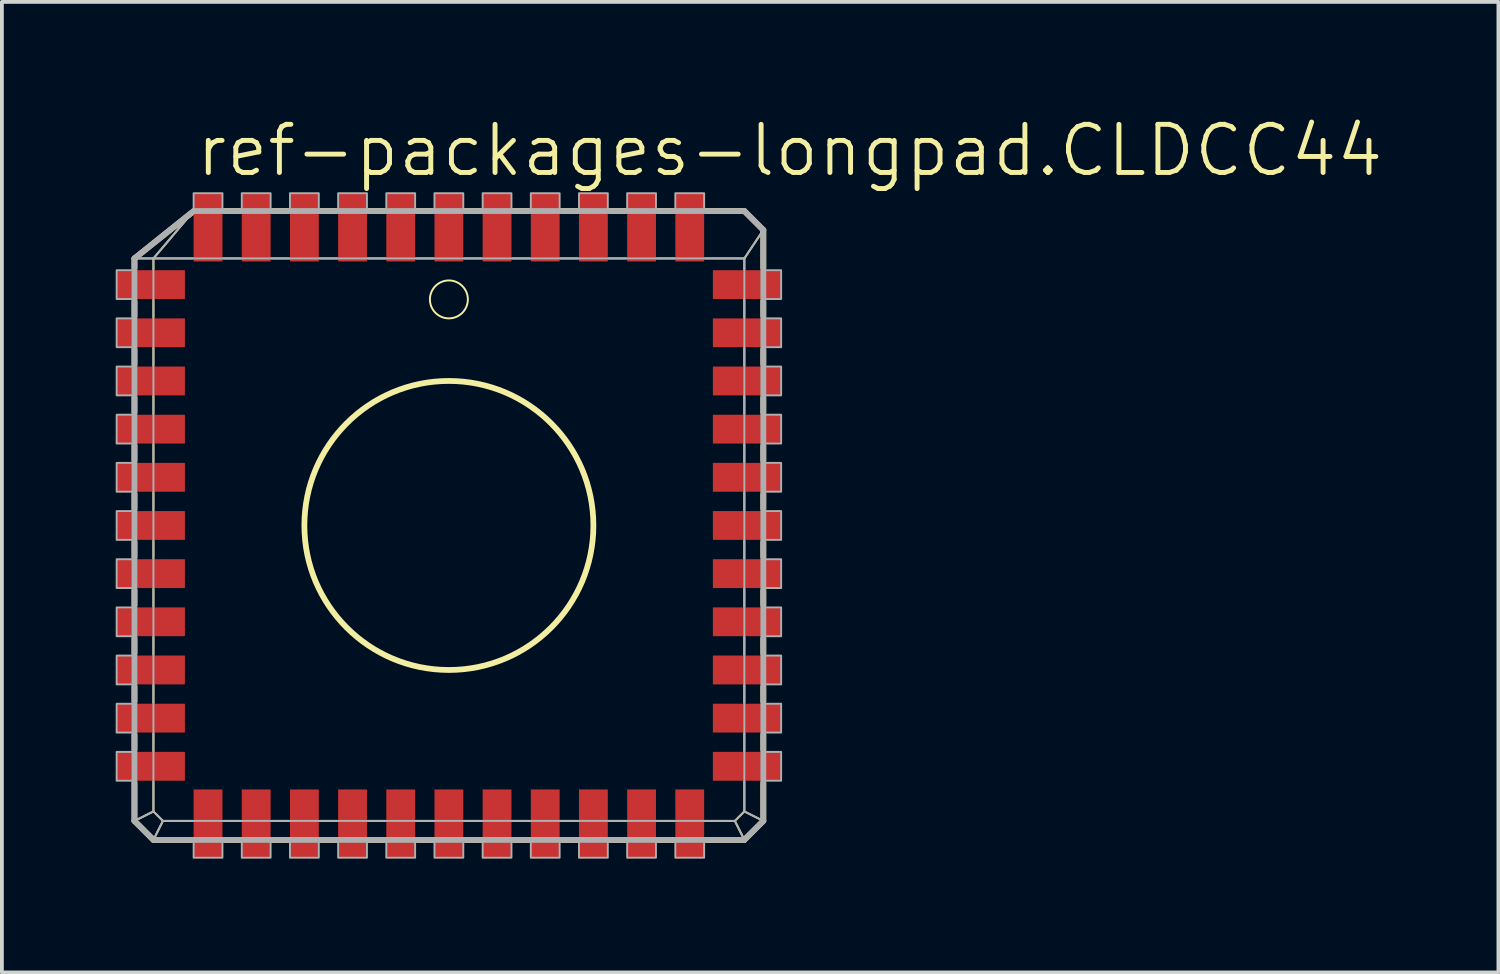
<source format=kicad_pcb>
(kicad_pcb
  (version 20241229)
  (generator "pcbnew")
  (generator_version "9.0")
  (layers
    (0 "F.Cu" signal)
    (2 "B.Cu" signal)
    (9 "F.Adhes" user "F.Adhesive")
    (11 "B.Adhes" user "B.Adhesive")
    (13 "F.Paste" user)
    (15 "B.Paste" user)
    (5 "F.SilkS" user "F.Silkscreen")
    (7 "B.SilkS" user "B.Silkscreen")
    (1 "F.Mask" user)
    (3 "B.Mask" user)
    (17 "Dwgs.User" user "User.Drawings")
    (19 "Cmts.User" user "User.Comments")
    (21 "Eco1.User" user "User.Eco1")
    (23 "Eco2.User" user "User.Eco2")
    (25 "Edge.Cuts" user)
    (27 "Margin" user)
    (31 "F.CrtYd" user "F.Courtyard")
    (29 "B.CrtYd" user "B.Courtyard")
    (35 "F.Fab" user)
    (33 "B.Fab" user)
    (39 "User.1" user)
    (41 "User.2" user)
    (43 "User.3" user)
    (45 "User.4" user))
  (footprint "ref-packages-longpad.CLDCC44"
    (layer "F.Cu")
    (at 8.785 10.804)
    (property "Reference" "ref-packages-longpad.CLDCC44" (at -6.731 -9.144 0) (layer "F.SilkS") (effects (font (size 1.27 1.27) (thickness 0.13)) (justify left bottom)))
    (attr smd)
    (fp_line (start -8.29 -7.04) (end -7.79 -7.04) (stroke (width 0.051) (type default)) (layer "F.SilkS"))
    (fp_line (start -8.29 -7.04) (end -6.79 -8.24) (stroke (width 0.152) (type default)) (layer "F.SilkS"))
    (fp_line (start -8.29 -6.79) (end -8.29 -7.04) (stroke (width 0.152) (type default)) (layer "F.SilkS"))
    (fp_line (start -8.29 -5.52) (end -8.29 -5.91) (stroke (width 0.152) (type default)) (layer "F.SilkS"))
    (fp_line (start -8.29 -4.25) (end -8.29 -4.64) (stroke (width 0.152) (type default)) (layer "F.SilkS"))
    (fp_line (start -8.29 -2.98) (end -8.29 -3.37) (stroke (width 0.152) (type default)) (layer "F.SilkS"))
    (fp_line (start -8.29 -1.71) (end -8.29 -2.1) (stroke (width 0.152) (type default)) (layer "F.SilkS"))
    (fp_line (start -8.29 -0.44) (end -8.29 -0.83) (stroke (width 0.152) (type default)) (layer "F.SilkS"))
    (fp_line (start -8.29 0.83) (end -8.29 0.44) (stroke (width 0.152) (type default)) (layer "F.SilkS"))
    (fp_line (start -8.29 2.1) (end -8.29 1.71) (stroke (width 0.152) (type default)) (layer "F.SilkS"))
    (fp_line (start -8.29 3.37) (end -8.29 2.98) (stroke (width 0.152) (type default)) (layer "F.SilkS"))
    (fp_line (start -8.29 4.64) (end -8.29 4.25) (stroke (width 0.152) (type default)) (layer "F.SilkS"))
    (fp_line (start -8.29 5.91) (end -8.29 5.52) (stroke (width 0.152) (type default)) (layer "F.SilkS"))
    (fp_line (start -8.29 7.79) (end -8.29 6.79) (stroke (width 0.152) (type default)) (layer "F.SilkS"))
    (fp_line (start -8.29 7.79) (end -7.79 7.54) (stroke (width 0.051) (type default)) (layer "F.SilkS"))
    (fp_line (start -7.79 -7.04) (end -6.75 -8.27) (stroke (width 0.051) (type default)) (layer "F.SilkS"))
    (fp_line (start -7.79 -7.04) (end -6.75 -7.04) (stroke (width 0.051) (type default)) (layer "F.SilkS"))
    (fp_line (start -7.79 -6.75) (end -7.79 -7.04) (stroke (width 0.051) (type default)) (layer "F.SilkS"))
    (fp_line (start -7.79 -5.48) (end -7.79 -5.95) (stroke (width 0.051) (type default)) (layer "F.SilkS"))
    (fp_line (start -7.79 -4.21) (end -7.79 -4.68) (stroke (width 0.051) (type default)) (layer "F.SilkS"))
    (fp_line (start -7.79 -2.94) (end -7.79 -3.41) (stroke (width 0.051) (type default)) (layer "F.SilkS"))
    (fp_line (start -7.79 -1.67) (end -7.79 -2.14) (stroke (width 0.051) (type default)) (layer "F.SilkS"))
    (fp_line (start -7.79 -0.4) (end -7.79 -0.87) (stroke (width 0.051) (type default)) (layer "F.SilkS"))
    (fp_line (start -7.79 0.87) (end -7.79 0.4) (stroke (width 0.051) (type default)) (layer "F.SilkS"))
    (fp_line (start -7.79 2.14) (end -7.79 1.67) (stroke (width 0.051) (type default)) (layer "F.SilkS"))
    (fp_line (start -7.79 3.41) (end -7.79 2.94) (stroke (width 0.051) (type default)) (layer "F.SilkS"))
    (fp_line (start -7.79 4.68) (end -7.79 4.21) (stroke (width 0.051) (type default)) (layer "F.SilkS"))
    (fp_line (start -7.79 5.95) (end -7.79 5.48) (stroke (width 0.051) (type default)) (layer "F.SilkS"))
    (fp_line (start -7.79 7.54) (end -7.79 6.75) (stroke (width 0.051) (type default)) (layer "F.SilkS"))
    (fp_line (start -7.79 8.29) (end -8.29 7.79) (stroke (width 0.152) (type default)) (layer "F.SilkS"))
    (fp_line (start -7.79 8.29) (end -7.54 7.79) (stroke (width 0.051) (type default)) (layer "F.SilkS"))
    (fp_line (start -7.54 7.79) (end -7.79 7.54) (stroke (width 0.051) (type default)) (layer "F.SilkS"))
    (fp_line (start -6.79 8.29) (end -7.79 8.29) (stroke (width 0.152) (type default)) (layer "F.SilkS"))
    (fp_line (start -6.75 7.79) (end -7.54 7.79) (stroke (width 0.051) (type default)) (layer "F.SilkS"))
    (fp_line (start -5.95 -7.04) (end -5.48 -7.04) (stroke (width 0.051) (type default)) (layer "F.SilkS"))
    (fp_line (start -5.91 -8.29) (end -5.52 -8.29) (stroke (width 0.152) (type default)) (layer "F.SilkS"))
    (fp_line (start -5.52 8.29) (end -5.91 8.29) (stroke (width 0.152) (type default)) (layer "F.SilkS"))
    (fp_line (start -5.48 7.79) (end -5.95 7.79) (stroke (width 0.051) (type default)) (layer "F.SilkS"))
    (fp_line (start -4.68 -7.04) (end -4.21 -7.04) (stroke (width 0.051) (type default)) (layer "F.SilkS"))
    (fp_line (start -4.64 -8.29) (end -4.25 -8.29) (stroke (width 0.152) (type default)) (layer "F.SilkS"))
    (fp_line (start -4.25 8.29) (end -4.64 8.29) (stroke (width 0.152) (type default)) (layer "F.SilkS"))
    (fp_line (start -4.21 7.79) (end -4.68 7.79) (stroke (width 0.051) (type default)) (layer "F.SilkS"))
    (fp_line (start -3.41 -7.04) (end -2.94 -7.04) (stroke (width 0.051) (type default)) (layer "F.SilkS"))
    (fp_line (start -3.37 -8.29) (end -2.98 -8.29) (stroke (width 0.152) (type default)) (layer "F.SilkS"))
    (fp_line (start -2.98 8.29) (end -3.37 8.29) (stroke (width 0.152) (type default)) (layer "F.SilkS"))
    (fp_line (start -2.94 7.79) (end -3.41 7.79) (stroke (width 0.051) (type default)) (layer "F.SilkS"))
    (fp_line (start -2.14 -7.04) (end -1.67 -7.04) (stroke (width 0.051) (type default)) (layer "F.SilkS"))
    (fp_line (start -2.1 -8.29) (end -1.71 -8.29) (stroke (width 0.152) (type default)) (layer "F.SilkS"))
    (fp_line (start -1.71 8.29) (end -2.1 8.29) (stroke (width 0.152) (type default)) (layer "F.SilkS"))
    (fp_line (start -1.67 7.79) (end -2.14 7.79) (stroke (width 0.051) (type default)) (layer "F.SilkS"))
    (fp_line (start -0.87 -7.04) (end -0.4 -7.04) (stroke (width 0.051) (type default)) (layer "F.SilkS"))
    (fp_line (start -0.83 -8.29) (end -0.44 -8.29) (stroke (width 0.152) (type default)) (layer "F.SilkS"))
    (fp_line (start -0.44 8.29) (end -0.83 8.29) (stroke (width 0.152) (type default)) (layer "F.SilkS"))
    (fp_line (start -0.4 7.79) (end -0.87 7.79) (stroke (width 0.051) (type default)) (layer "F.SilkS"))
    (fp_line (start 0.4 -7.04) (end 0.87 -7.04) (stroke (width 0.051) (type default)) (layer "F.SilkS"))
    (fp_line (start 0.44 -8.29) (end 0.83 -8.29) (stroke (width 0.152) (type default)) (layer "F.SilkS"))
    (fp_line (start 0.83 8.29) (end 0.44 8.29) (stroke (width 0.152) (type default)) (layer "F.SilkS"))
    (fp_line (start 0.87 7.79) (end 0.4 7.79) (stroke (width 0.051) (type default)) (layer "F.SilkS"))
    (fp_line (start 1.67 -7.04) (end 2.14 -7.04) (stroke (width 0.051) (type default)) (layer "F.SilkS"))
    (fp_line (start 1.71 -8.29) (end 2.1 -8.29) (stroke (width 0.152) (type default)) (layer "F.SilkS"))
    (fp_line (start 2.1 8.29) (end 1.71 8.29) (stroke (width 0.152) (type default)) (layer "F.SilkS"))
    (fp_line (start 2.14 7.79) (end 1.67 7.79) (stroke (width 0.051) (type default)) (layer "F.SilkS"))
    (fp_line (start 2.94 -7.04) (end 3.41 -7.04) (stroke (width 0.051) (type default)) (layer "F.SilkS"))
    (fp_line (start 2.98 -8.29) (end 3.37 -8.29) (stroke (width 0.152) (type default)) (layer "F.SilkS"))
    (fp_line (start 3.37 8.29) (end 2.98 8.29) (stroke (width 0.152) (type default)) (layer "F.SilkS"))
    (fp_line (start 3.41 7.79) (end 2.94 7.79) (stroke (width 0.051) (type default)) (layer "F.SilkS"))
    (fp_line (start 4.21 -7.04) (end 4.68 -7.04) (stroke (width 0.051) (type default)) (layer "F.SilkS"))
    (fp_line (start 4.25 -8.29) (end 4.64 -8.29) (stroke (width 0.152) (type default)) (layer "F.SilkS"))
    (fp_line (start 4.64 8.29) (end 4.25 8.29) (stroke (width 0.152) (type default)) (layer "F.SilkS"))
    (fp_line (start 4.68 7.79) (end 4.21 7.79) (stroke (width 0.051) (type default)) (layer "F.SilkS"))
    (fp_line (start 5.48 -7.04) (end 5.95 -7.04) (stroke (width 0.051) (type default)) (layer "F.SilkS"))
    (fp_line (start 5.52 -8.29) (end 5.91 -8.29) (stroke (width 0.152) (type default)) (layer "F.SilkS"))
    (fp_line (start 5.91 8.29) (end 5.52 8.29) (stroke (width 0.152) (type default)) (layer "F.SilkS"))
    (fp_line (start 5.95 7.79) (end 5.48 7.79) (stroke (width 0.051) (type default)) (layer "F.SilkS"))
    (fp_line (start 6.75 -7.04) (end 7.79 -7.04) (stroke (width 0.051) (type default)) (layer "F.SilkS"))
    (fp_line (start 6.79 -8.29) (end 7.79 -8.29) (stroke (width 0.152) (type default)) (layer "F.SilkS"))
    (fp_line (start 7.54 7.79) (end 6.75 7.79) (stroke (width 0.051) (type default)) (layer "F.SilkS"))
    (fp_line (start 7.54 7.79) (end 7.79 8.29) (stroke (width 0.051) (type default)) (layer "F.SilkS"))
    (fp_line (start 7.79 -8.29) (end 8.29 -7.79) (stroke (width 0.152) (type default)) (layer "F.SilkS"))
    (fp_line (start 7.79 -7.04) (end 7.79 -6.75) (stroke (width 0.051) (type default)) (layer "F.SilkS"))
    (fp_line (start 7.79 -5.95) (end 7.79 -5.48) (stroke (width 0.051) (type default)) (layer "F.SilkS"))
    (fp_line (start 7.79 -4.68) (end 7.79 -4.21) (stroke (width 0.051) (type default)) (layer "F.SilkS"))
    (fp_line (start 7.79 -3.41) (end 7.79 -2.94) (stroke (width 0.051) (type default)) (layer "F.SilkS"))
    (fp_line (start 7.79 -2.14) (end 7.79 -1.67) (stroke (width 0.051) (type default)) (layer "F.SilkS"))
    (fp_line (start 7.79 -0.87) (end 7.79 -0.4) (stroke (width 0.051) (type default)) (layer "F.SilkS"))
    (fp_line (start 7.79 0.4) (end 7.79 0.87) (stroke (width 0.051) (type default)) (layer "F.SilkS"))
    (fp_line (start 7.79 1.67) (end 7.79 2.14) (stroke (width 0.051) (type default)) (layer "F.SilkS"))
    (fp_line (start 7.79 2.94) (end 7.79 3.41) (stroke (width 0.051) (type default)) (layer "F.SilkS"))
    (fp_line (start 7.79 4.21) (end 7.79 4.68) (stroke (width 0.051) (type default)) (layer "F.SilkS"))
    (fp_line (start 7.79 5.48) (end 7.79 5.95) (stroke (width 0.051) (type default)) (layer "F.SilkS"))
    (fp_line (start 7.79 6.75) (end 7.79 7.54) (stroke (width 0.051) (type default)) (layer "F.SilkS"))
    (fp_line (start 7.79 7.54) (end 7.54 7.79) (stroke (width 0.051) (type default)) (layer "F.SilkS"))
    (fp_line (start 7.79 7.54) (end 8.29 7.79) (stroke (width 0.051) (type default)) (layer "F.SilkS"))
    (fp_line (start 7.79 8.29) (end 6.79 8.29) (stroke (width 0.152) (type default)) (layer "F.SilkS"))
    (fp_line (start 8.29 -7.79) (end 7.79 -7.04) (stroke (width 0.051) (type default)) (layer "F.SilkS"))
    (fp_line (start 8.29 -7.79) (end 8.29 -6.79) (stroke (width 0.152) (type default)) (layer "F.SilkS"))
    (fp_line (start 8.29 -5.91) (end 8.29 -5.52) (stroke (width 0.152) (type default)) (layer "F.SilkS"))
    (fp_line (start 8.29 -4.64) (end 8.29 -4.25) (stroke (width 0.152) (type default)) (layer "F.SilkS"))
    (fp_line (start 8.29 -3.37) (end 8.29 -2.98) (stroke (width 0.152) (type default)) (layer "F.SilkS"))
    (fp_line (start 8.29 -2.1) (end 8.29 -1.71) (stroke (width 0.152) (type default)) (layer "F.SilkS"))
    (fp_line (start 8.29 -0.83) (end 8.29 -0.44) (stroke (width 0.152) (type default)) (layer "F.SilkS"))
    (fp_line (start 8.29 0.44) (end 8.29 0.83) (stroke (width 0.152) (type default)) (layer "F.SilkS"))
    (fp_line (start 8.29 1.71) (end 8.29 2.1) (stroke (width 0.152) (type default)) (layer "F.SilkS"))
    (fp_line (start 8.29 2.98) (end 8.29 3.37) (stroke (width 0.152) (type default)) (layer "F.SilkS"))
    (fp_line (start 8.29 4.25) (end 8.29 4.64) (stroke (width 0.152) (type default)) (layer "F.SilkS"))
    (fp_line (start 8.29 5.52) (end 8.29 5.91) (stroke (width 0.152) (type default)) (layer "F.SilkS"))
    (fp_line (start 8.29 6.79) (end 8.29 7.79) (stroke (width 0.152) (type default)) (layer "F.SilkS"))
    (fp_line (start 8.29 7.79) (end 7.79 8.29) (stroke (width 0.152) (type default)) (layer "F.SilkS"))
    (fp_circle (center 0 -5.96) (end 0.5 -5.96) (stroke (width 0.051) (type default)) (fill no) (layer "F.SilkS"))
    (fp_circle (center 0 0) (end 3.81 0) (stroke (width 0.152) (type default)) (fill no) (layer "F.SilkS"))
    (fp_line (start -8.29 -7.04) (end -7.79 -7.04) (stroke (width 0.051) (type default)) (layer "F.Fab"))
    (fp_line (start -8.29 -7.04) (end -6.73 -8.29) (stroke (width 0.152) (type default)) (layer "F.Fab"))
    (fp_line (start -8.29 7.79) (end -8.29 -7.04) (stroke (width 0.152) (type default)) (layer "F.Fab"))
    (fp_line (start -8.29 7.79) (end -7.79 7.54) (stroke (width 0.051) (type default)) (layer "F.Fab"))
    (fp_line (start -7.79 -7.04) (end -6.73 -8.29) (stroke (width 0.051) (type default)) (layer "F.Fab"))
    (fp_line (start -7.79 -7.04) (end 7.79 -7.04) (stroke (width 0.051) (type default)) (layer "F.Fab"))
    (fp_line (start -7.79 7.54) (end -7.79 -7.04) (stroke (width 0.051) (type default)) (layer "F.Fab"))
    (fp_line (start -7.79 8.29) (end -8.29 7.79) (stroke (width 0.152) (type default)) (layer "F.Fab"))
    (fp_line (start -7.79 8.29) (end -7.54 7.79) (stroke (width 0.051) (type default)) (layer "F.Fab"))
    (fp_line (start -7.54 7.79) (end -7.79 7.54) (stroke (width 0.051) (type default)) (layer "F.Fab"))
    (fp_line (start -6.73 -8.29) (end 7.79 -8.29) (stroke (width 0.152) (type default)) (layer "F.Fab"))
    (fp_line (start 7.54 7.79) (end -7.54 7.79) (stroke (width 0.051) (type default)) (layer "F.Fab"))
    (fp_line (start 7.54 7.79) (end 7.79 8.29) (stroke (width 0.051) (type default)) (layer "F.Fab"))
    (fp_line (start 7.79 -8.29) (end 8.29 -7.79) (stroke (width 0.152) (type default)) (layer "F.Fab"))
    (fp_line (start 7.79 -7.04) (end 7.79 7.54) (stroke (width 0.051) (type default)) (layer "F.Fab"))
    (fp_line (start 7.79 7.54) (end 7.54 7.79) (stroke (width 0.051) (type default)) (layer "F.Fab"))
    (fp_line (start 7.79 7.54) (end 8.29 7.79) (stroke (width 0.051) (type default)) (layer "F.Fab"))
    (fp_line (start 7.79 8.29) (end -7.79 8.29) (stroke (width 0.152) (type default)) (layer "F.Fab"))
    (fp_line (start 8.29 -7.79) (end 7.79 -7.04) (stroke (width 0.051) (type default)) (layer "F.Fab"))
    (fp_line (start 8.29 -7.79) (end 8.29 7.79) (stroke (width 0.152) (type default)) (layer "F.Fab"))
    (fp_line (start 8.29 7.79) (end 7.79 8.29) (stroke (width 0.152) (type default)) (layer "F.Fab"))
    (fp_rect (start -8.76 -5.97) (end -8.29 -6.73) (stroke (width 0.05) (type default)) (fill no) (layer "F.Fab"))
    (fp_rect (start -8.76 -4.7) (end -8.29 -5.46) (stroke (width 0.05) (type default)) (fill no) (layer "F.Fab"))
    (fp_rect (start -8.76 -3.43) (end -8.29 -4.19) (stroke (width 0.05) (type default)) (fill no) (layer "F.Fab"))
    (fp_rect (start -8.76 -2.16) (end -8.29 -2.92) (stroke (width 0.05) (type default)) (fill no) (layer "F.Fab"))
    (fp_rect (start -8.76 -0.89) (end -8.29 -1.65) (stroke (width 0.05) (type default)) (fill no) (layer "F.Fab"))
    (fp_rect (start -8.76 0.38) (end -8.29 -0.38) (stroke (width 0.05) (type default)) (fill no) (layer "F.Fab"))
    (fp_rect (start -8.76 1.65) (end -8.29 0.89) (stroke (width 0.05) (type default)) (fill no) (layer "F.Fab"))
    (fp_rect (start -8.76 2.92) (end -8.29 2.16) (stroke (width 0.05) (type default)) (fill no) (layer "F.Fab"))
    (fp_rect (start -8.76 4.19) (end -8.29 3.43) (stroke (width 0.05) (type default)) (fill no) (layer "F.Fab"))
    (fp_rect (start -8.76 5.46) (end -8.29 4.7) (stroke (width 0.05) (type default)) (fill no) (layer "F.Fab"))
    (fp_rect (start -8.76 6.73) (end -8.29 5.97) (stroke (width 0.05) (type default)) (fill no) (layer "F.Fab"))
    (fp_rect (start -6.73 -8.29) (end -5.97 -8.76) (stroke (width 0.05) (type default)) (fill no) (layer "F.Fab"))
    (fp_rect (start -6.73 8.76) (end -5.97 8.29) (stroke (width 0.05) (type default)) (fill no) (layer "F.Fab"))
    (fp_rect (start -5.46 -8.29) (end -4.7 -8.76) (stroke (width 0.05) (type default)) (fill no) (layer "F.Fab"))
    (fp_rect (start -5.46 8.76) (end -4.7 8.29) (stroke (width 0.05) (type default)) (fill no) (layer "F.Fab"))
    (fp_rect (start -4.19 -8.29) (end -3.43 -8.76) (stroke (width 0.05) (type default)) (fill no) (layer "F.Fab"))
    (fp_rect (start -4.19 8.76) (end -3.43 8.29) (stroke (width 0.05) (type default)) (fill no) (layer "F.Fab"))
    (fp_rect (start -2.92 -8.29) (end -2.16 -8.76) (stroke (width 0.05) (type default)) (fill no) (layer "F.Fab"))
    (fp_rect (start -2.92 8.76) (end -2.16 8.29) (stroke (width 0.05) (type default)) (fill no) (layer "F.Fab"))
    (fp_rect (start -1.65 -8.29) (end -0.89 -8.76) (stroke (width 0.05) (type default)) (fill no) (layer "F.Fab"))
    (fp_rect (start -1.65 8.76) (end -0.89 8.29) (stroke (width 0.05) (type default)) (fill no) (layer "F.Fab"))
    (fp_rect (start -0.38 -8.29) (end 0.38 -8.76) (stroke (width 0.05) (type default)) (fill no) (layer "F.Fab"))
    (fp_rect (start -0.38 8.76) (end 0.38 8.29) (stroke (width 0.05) (type default)) (fill no) (layer "F.Fab"))
    (fp_rect (start 0.89 -8.29) (end 1.65 -8.76) (stroke (width 0.05) (type default)) (fill no) (layer "F.Fab"))
    (fp_rect (start 0.89 8.76) (end 1.65 8.29) (stroke (width 0.05) (type default)) (fill no) (layer "F.Fab"))
    (fp_rect (start 2.16 -8.29) (end 2.92 -8.76) (stroke (width 0.05) (type default)) (fill no) (layer "F.Fab"))
    (fp_rect (start 2.16 8.76) (end 2.92 8.29) (stroke (width 0.05) (type default)) (fill no) (layer "F.Fab"))
    (fp_rect (start 3.43 -8.29) (end 4.19 -8.76) (stroke (width 0.05) (type default)) (fill no) (layer "F.Fab"))
    (fp_rect (start 3.43 8.76) (end 4.19 8.29) (stroke (width 0.05) (type default)) (fill no) (layer "F.Fab"))
    (fp_rect (start 4.7 -8.29) (end 5.46 -8.76) (stroke (width 0.05) (type default)) (fill no) (layer "F.Fab"))
    (fp_rect (start 4.7 8.76) (end 5.46 8.29) (stroke (width 0.05) (type default)) (fill no) (layer "F.Fab"))
    (fp_rect (start 5.97 -8.29) (end 6.73 -8.76) (stroke (width 0.05) (type default)) (fill no) (layer "F.Fab"))
    (fp_rect (start 5.97 8.76) (end 6.73 8.29) (stroke (width 0.05) (type default)) (fill no) (layer "F.Fab"))
    (fp_rect (start 8.29 -5.97) (end 8.76 -6.73) (stroke (width 0.05) (type default)) (fill no) (layer "F.Fab"))
    (fp_rect (start 8.29 -4.7) (end 8.76 -5.46) (stroke (width 0.05) (type default)) (fill no) (layer "F.Fab"))
    (fp_rect (start 8.29 -3.43) (end 8.76 -4.19) (stroke (width 0.05) (type default)) (fill no) (layer "F.Fab"))
    (fp_rect (start 8.29 -2.16) (end 8.76 -2.92) (stroke (width 0.05) (type default)) (fill no) (layer "F.Fab"))
    (fp_rect (start 8.29 -0.89) (end 8.76 -1.65) (stroke (width 0.05) (type default)) (fill no) (layer "F.Fab"))
    (fp_rect (start 8.29 0.38) (end 8.76 -0.38) (stroke (width 0.05) (type default)) (fill no) (layer "F.Fab"))
    (fp_rect (start 8.29 1.65) (end 8.76 0.89) (stroke (width 0.05) (type default)) (fill no) (layer "F.Fab"))
    (fp_rect (start 8.29 2.92) (end 8.76 2.16) (stroke (width 0.05) (type default)) (fill no) (layer "F.Fab"))
    (fp_rect (start 8.29 4.19) (end 8.76 3.43) (stroke (width 0.05) (type default)) (fill no) (layer "F.Fab"))
    (fp_rect (start 8.29 5.46) (end 8.76 4.7) (stroke (width 0.05) (type default)) (fill no) (layer "F.Fab"))
    (fp_rect (start 8.29 6.73) (end 8.76 5.97) (stroke (width 0.05) (type default)) (fill no) (layer "F.Fab"))
    (pad "1" smd roundrect (at 0 -7.86) (size 0.76 1.8) (layers "F.Cu" "F.Mask" "F.Paste") (roundrect_rratio 0.01))
    (pad "2" smd roundrect (at -1.27 -7.86) (size 0.76 1.8) (layers "F.Cu" "F.Mask" "F.Paste") (roundrect_rratio 0.01))
    (pad "3" smd roundrect (at -2.54 -7.86) (size 0.76 1.8) (layers "F.Cu" "F.Mask" "F.Paste") (roundrect_rratio 0.01))
    (pad "4" smd roundrect (at -3.81 -7.86) (size 0.76 1.8) (layers "F.Cu" "F.Mask" "F.Paste") (roundrect_rratio 0.01))
    (pad "5" smd roundrect (at -5.08 -7.86) (size 0.76 1.8) (layers "F.Cu" "F.Mask" "F.Paste") (roundrect_rratio 0.01))
    (pad "6" smd roundrect (at -6.35 -7.86) (size 0.76 1.8) (layers "F.Cu" "F.Mask" "F.Paste") (roundrect_rratio 0.01))
    (pad "7" smd roundrect (at -7.86 -6.35) (size 1.8 0.76) (layers "F.Cu" "F.Mask" "F.Paste") (roundrect_rratio 0.01))
    (pad "8" smd roundrect (at -7.86 -5.08) (size 1.8 0.76) (layers "F.Cu" "F.Mask" "F.Paste") (roundrect_rratio 0.01))
    (pad "9" smd roundrect (at -7.86 -3.81) (size 1.8 0.76) (layers "F.Cu" "F.Mask" "F.Paste") (roundrect_rratio 0.01))
    (pad "10" smd roundrect (at -7.86 -2.54) (size 1.8 0.76) (layers "F.Cu" "F.Mask" "F.Paste") (roundrect_rratio 0.01))
    (pad "11" smd roundrect (at -7.86 -1.27) (size 1.8 0.76) (layers "F.Cu" "F.Mask" "F.Paste") (roundrect_rratio 0.01))
    (pad "12" smd roundrect (at -7.86 0) (size 1.8 0.76) (layers "F.Cu" "F.Mask" "F.Paste") (roundrect_rratio 0.01))
    (pad "13" smd roundrect (at -7.86 1.27) (size 1.8 0.76) (layers "F.Cu" "F.Mask" "F.Paste") (roundrect_rratio 0.01))
    (pad "14" smd roundrect (at -7.86 2.54) (size 1.8 0.76) (layers "F.Cu" "F.Mask" "F.Paste") (roundrect_rratio 0.01))
    (pad "15" smd roundrect (at -7.86 3.81) (size 1.8 0.76) (layers "F.Cu" "F.Mask" "F.Paste") (roundrect_rratio 0.01))
    (pad "16" smd roundrect (at -7.86 5.08) (size 1.8 0.76) (layers "F.Cu" "F.Mask" "F.Paste") (roundrect_rratio 0.01))
    (pad "17" smd roundrect (at -7.86 6.35) (size 1.8 0.76) (layers "F.Cu" "F.Mask" "F.Paste") (roundrect_rratio 0.01))
    (pad "18" smd roundrect (at -6.35 7.86) (size 0.76 1.8) (layers "F.Cu" "F.Mask" "F.Paste") (roundrect_rratio 0.01))
    (pad "19" smd roundrect (at -5.08 7.86) (size 0.76 1.8) (layers "F.Cu" "F.Mask" "F.Paste") (roundrect_rratio 0.01))
    (pad "20" smd roundrect (at -3.81 7.86) (size 0.76 1.8) (layers "F.Cu" "F.Mask" "F.Paste") (roundrect_rratio 0.01))
    (pad "21" smd roundrect (at -2.54 7.86) (size 0.76 1.8) (layers "F.Cu" "F.Mask" "F.Paste") (roundrect_rratio 0.01))
    (pad "22" smd roundrect (at -1.27 7.86) (size 0.76 1.8) (layers "F.Cu" "F.Mask" "F.Paste") (roundrect_rratio 0.01))
    (pad "23" smd roundrect (at 0 7.86) (size 0.76 1.8) (layers "F.Cu" "F.Mask" "F.Paste") (roundrect_rratio 0.01))
    (pad "24" smd roundrect (at 1.27 7.86) (size 0.76 1.8) (layers "F.Cu" "F.Mask" "F.Paste") (roundrect_rratio 0.01))
    (pad "25" smd roundrect (at 2.54 7.86) (size 0.76 1.8) (layers "F.Cu" "F.Mask" "F.Paste") (roundrect_rratio 0.01))
    (pad "26" smd roundrect (at 3.81 7.86) (size 0.76 1.8) (layers "F.Cu" "F.Mask" "F.Paste") (roundrect_rratio 0.01))
    (pad "27" smd roundrect (at 5.08 7.86) (size 0.76 1.8) (layers "F.Cu" "F.Mask" "F.Paste") (roundrect_rratio 0.01))
    (pad "28" smd roundrect (at 6.35 7.86) (size 0.76 1.8) (layers "F.Cu" "F.Mask" "F.Paste") (roundrect_rratio 0.01))
    (pad "29" smd roundrect (at 7.86 6.35) (size 1.8 0.76) (layers "F.Cu" "F.Mask" "F.Paste") (roundrect_rratio 0.01))
    (pad "30" smd roundrect (at 7.86 5.08) (size 1.8 0.76) (layers "F.Cu" "F.Mask" "F.Paste") (roundrect_rratio 0.01))
    (pad "31" smd roundrect (at 7.86 3.81) (size 1.8 0.76) (layers "F.Cu" "F.Mask" "F.Paste") (roundrect_rratio 0.01))
    (pad "32" smd roundrect (at 7.86 2.54) (size 1.8 0.76) (layers "F.Cu" "F.Mask" "F.Paste") (roundrect_rratio 0.01))
    (pad "33" smd roundrect (at 7.86 1.27) (size 1.8 0.76) (layers "F.Cu" "F.Mask" "F.Paste") (roundrect_rratio 0.01))
    (pad "34" smd roundrect (at 7.86 0) (size 1.8 0.76) (layers "F.Cu" "F.Mask" "F.Paste") (roundrect_rratio 0.01))
    (pad "35" smd roundrect (at 7.86 -1.27) (size 1.8 0.76) (layers "F.Cu" "F.Mask" "F.Paste") (roundrect_rratio 0.01))
    (pad "36" smd roundrect (at 7.86 -2.54) (size 1.8 0.76) (layers "F.Cu" "F.Mask" "F.Paste") (roundrect_rratio 0.01))
    (pad "37" smd roundrect (at 7.86 -3.81) (size 1.8 0.76) (layers "F.Cu" "F.Mask" "F.Paste") (roundrect_rratio 0.01))
    (pad "38" smd roundrect (at 7.86 -5.08) (size 1.8 0.76) (layers "F.Cu" "F.Mask" "F.Paste") (roundrect_rratio 0.01))
    (pad "39" smd roundrect (at 7.86 -6.35) (size 1.8 0.76) (layers "F.Cu" "F.Mask" "F.Paste") (roundrect_rratio 0.01))
    (pad "40" smd roundrect (at 6.35 -7.86) (size 0.76 1.8) (layers "F.Cu" "F.Mask" "F.Paste") (roundrect_rratio 0.01))
    (pad "41" smd roundrect (at 5.08 -7.86) (size 0.76 1.8) (layers "F.Cu" "F.Mask" "F.Paste") (roundrect_rratio 0.01))
    (pad "42" smd roundrect (at 3.81 -7.86) (size 0.76 1.8) (layers "F.Cu" "F.Mask" "F.Paste") (roundrect_rratio 0.01))
    (pad "43" smd roundrect (at 2.54 -7.86) (size 0.76 1.8) (layers "F.Cu" "F.Mask" "F.Paste") (roundrect_rratio 0.01))
    (pad "44" smd roundrect (at 1.27 -7.86) (size 0.76 1.8) (layers "F.Cu" "F.Mask" "F.Paste") (roundrect_rratio 0.01)))
  (gr_rect
    (start -3 -3)
    (end 36.456 22.589)
    (stroke (width 0.1) (type default))
    (fill no)
    (layer "Edge.Cuts")))
</source>
